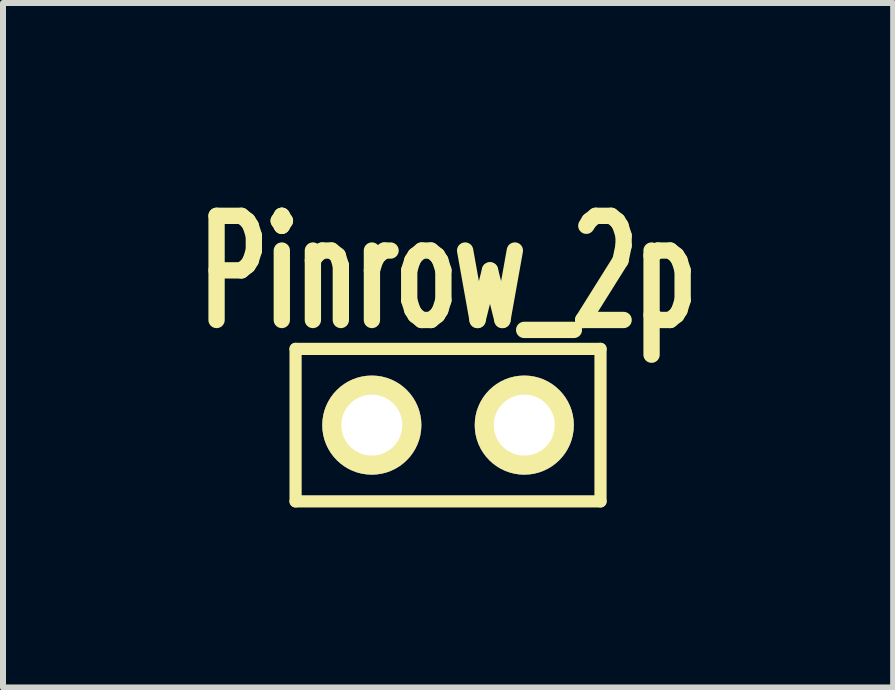
<source format=kicad_pcb>
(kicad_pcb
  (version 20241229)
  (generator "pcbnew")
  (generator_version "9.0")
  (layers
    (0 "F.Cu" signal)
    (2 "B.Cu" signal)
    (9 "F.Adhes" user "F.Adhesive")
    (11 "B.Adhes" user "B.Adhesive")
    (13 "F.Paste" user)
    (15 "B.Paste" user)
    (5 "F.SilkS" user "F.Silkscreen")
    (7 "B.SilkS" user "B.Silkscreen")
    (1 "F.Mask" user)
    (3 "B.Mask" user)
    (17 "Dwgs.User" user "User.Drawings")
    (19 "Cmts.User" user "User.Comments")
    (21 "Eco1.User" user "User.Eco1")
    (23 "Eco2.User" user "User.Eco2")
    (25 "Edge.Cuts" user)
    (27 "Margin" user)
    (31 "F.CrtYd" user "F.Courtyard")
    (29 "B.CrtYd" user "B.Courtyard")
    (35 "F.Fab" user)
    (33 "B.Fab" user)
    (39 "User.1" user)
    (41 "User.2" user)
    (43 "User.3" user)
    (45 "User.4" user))
  (footprint "Pinrow_2p"
    (layer "F.Cu")
    (at 4.414 4.032)
    (property "Reference" "Pinrow_2p" (at 0 -2.54 0) (layer "F.SilkS") (effects (font (size 1.735 1.087) (thickness 0.272))))
    (attr through_hole)
    (fp_line (start -2.54 -1.27) (end 2.54 -1.27) (stroke (width 0.203) (type solid)) (layer "F.SilkS"))
    (fp_line (start -2.54 1.27) (end -2.54 -1.27) (stroke (width 0.203) (type solid)) (layer "F.SilkS"))
    (fp_line (start 2.54 -1.27) (end 2.54 1.27) (stroke (width 0.203) (type solid)) (layer "F.SilkS"))
    (fp_line (start 2.54 1.27) (end -2.54 1.27) (stroke (width 0.203) (type solid)) (layer "F.SilkS"))
    (pad "1" thru_hole circle (at -1.27 0) (size 1.651 1.651) (drill 1.016) (layers "*.Cu" "*.Mask" "F.SilkS"))
    (pad "2" thru_hole circle (at 1.27 0) (size 1.651 1.651) (drill 1.016) (layers "*.Cu" "*.Mask" "F.SilkS")))
  (gr_rect
    (start -3 -3)
    (end 11.829 8.403)
    (stroke (width 0.1) (type default))
    (fill no)
    (layer "Edge.Cuts")))
</source>
